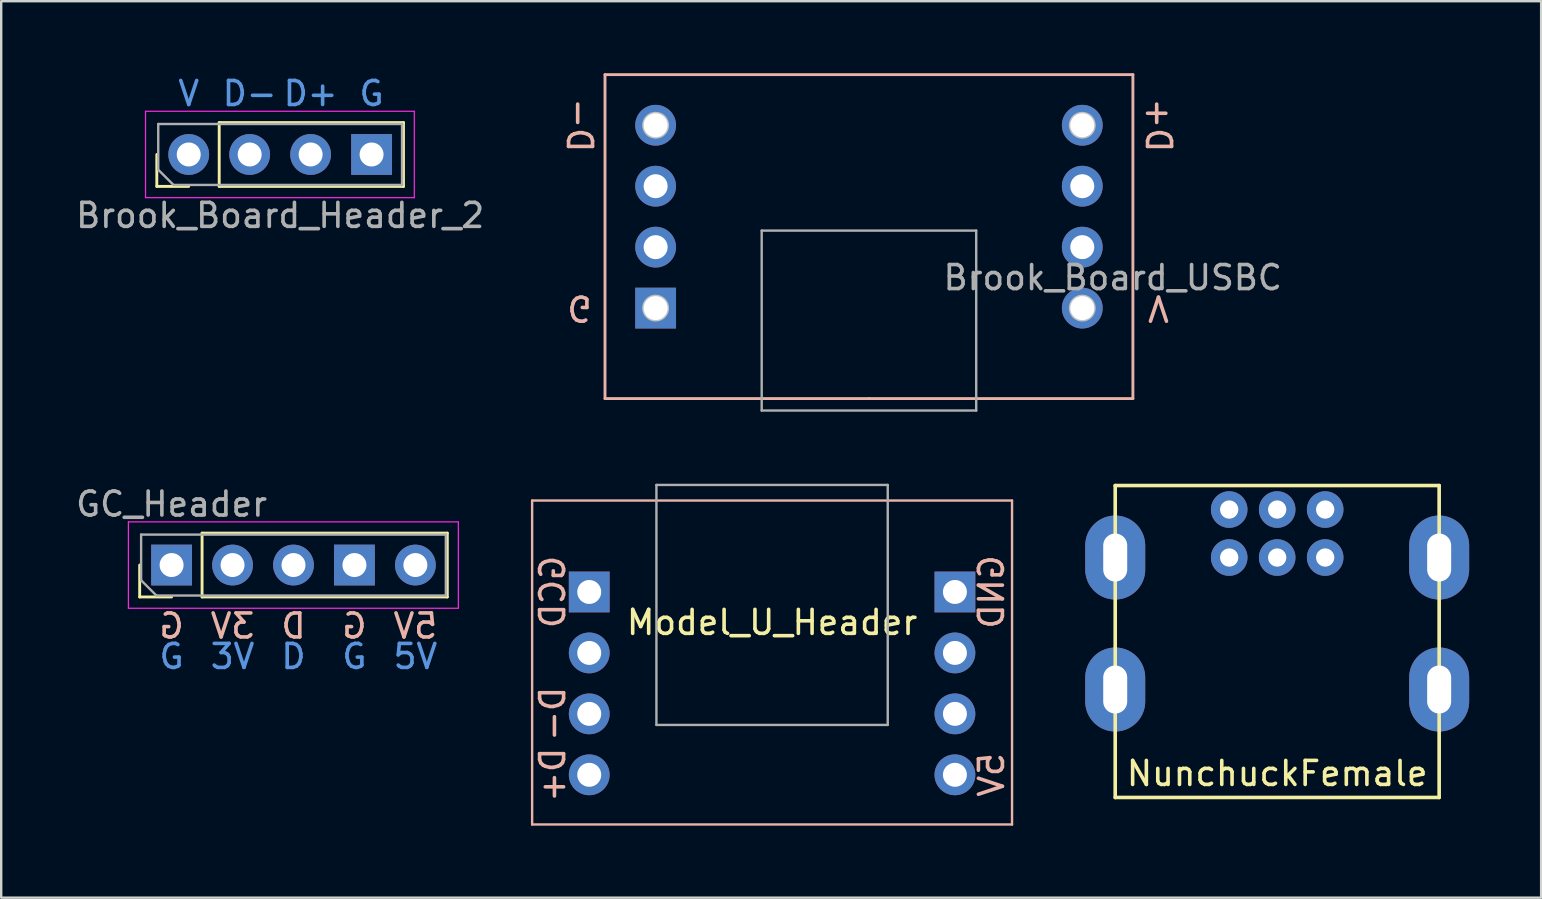
<source format=kicad_pcb>
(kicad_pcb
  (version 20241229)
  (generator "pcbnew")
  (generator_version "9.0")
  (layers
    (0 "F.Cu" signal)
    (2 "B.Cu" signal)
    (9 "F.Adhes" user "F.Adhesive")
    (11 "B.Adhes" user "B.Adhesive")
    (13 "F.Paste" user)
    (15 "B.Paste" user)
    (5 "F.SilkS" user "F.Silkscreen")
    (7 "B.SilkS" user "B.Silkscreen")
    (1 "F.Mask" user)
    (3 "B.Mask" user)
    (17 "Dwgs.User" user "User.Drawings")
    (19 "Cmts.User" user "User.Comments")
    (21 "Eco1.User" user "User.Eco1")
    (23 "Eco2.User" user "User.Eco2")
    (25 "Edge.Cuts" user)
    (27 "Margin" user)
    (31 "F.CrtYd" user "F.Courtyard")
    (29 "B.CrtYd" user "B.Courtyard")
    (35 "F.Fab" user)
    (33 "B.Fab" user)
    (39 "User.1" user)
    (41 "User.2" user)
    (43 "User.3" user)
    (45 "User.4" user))
  (footprint "GC_Header"
    (layer "F.Cu")
    (at 4.101 20.498)
    (property "Reference" "GC_Header" (at 0 -2.54 0) (layer "F.Fab") (effects (font (size 1 1) (thickness 0.15))))
    (attr through_hole)
    (fp_line (start -1.33 1.33) (end -1.33 0) (stroke (width 0.12) (type solid)) (layer "F.SilkS"))
    (fp_line (start 0 1.33) (end -1.33 1.33) (stroke (width 0.12) (type solid)) (layer "F.SilkS"))
    (fp_line (start 1.27 -1.33) (end 11.49 -1.33) (stroke (width 0.12) (type solid)) (layer "F.SilkS"))
    (fp_line (start 1.27 1.33) (end 1.27 -1.33) (stroke (width 0.12) (type solid)) (layer "F.SilkS"))
    (fp_line (start 1.27 1.33) (end 11.49 1.33) (stroke (width 0.12) (type solid)) (layer "F.SilkS"))
    (fp_line (start 11.49 1.33) (end 11.49 -1.33) (stroke (width 0.12) (type solid)) (layer "F.SilkS"))
    (fp_line (start -1.8 -1.8) (end -1.8 1.8) (stroke (width 0.05) (type solid)) (layer "F.CrtYd"))
    (fp_line (start -1.8 1.8) (end 11.95 1.8) (stroke (width 0.05) (type solid)) (layer "F.CrtYd"))
    (fp_line (start 11.95 -1.8) (end -1.8 -1.8) (stroke (width 0.05) (type solid)) (layer "F.CrtYd"))
    (fp_line (start 11.95 1.8) (end 11.95 -1.8) (stroke (width 0.05) (type solid)) (layer "F.CrtYd"))
    (fp_line (start -1.27 -1.27) (end 11.43 -1.27) (stroke (width 0.1) (type solid)) (layer "F.Fab"))
    (fp_line (start -1.27 0.635) (end -1.27 -1.27) (stroke (width 0.1) (type solid)) (layer "F.Fab"))
    (fp_line (start -0.635 1.27) (end -1.27 0.635) (stroke (width 0.1) (type solid)) (layer "F.Fab"))
    (fp_line (start 11.43 -1.27) (end 11.43 1.27) (stroke (width 0.1) (type solid)) (layer "F.Fab"))
    (fp_line (start 11.43 1.27) (end -0.635 1.27) (stroke (width 0.1) (type solid)) (layer "F.Fab"))
    (fp_text user "D" (at 5.08 2.54 0) (layer "B.SilkS") (effects (font (size 1 1) (thickness 0.15)) (justify mirror)))
    (fp_text user "G" (at 7.62 2.54 0) (layer "B.SilkS") (effects (font (size 1 1) (thickness 0.15)) (justify mirror)))
    (fp_text user "5V" (at 10.16 2.54 0) (layer "B.SilkS") (effects (font (size 1 1) (thickness 0.15)) (justify mirror)))
    (fp_text user "3V" (at 2.54 2.54 0) (layer "B.SilkS") (effects (font (size 1 1) (thickness 0.15)) (justify mirror)))
    (fp_text user "G" (at 0 2.54 0) (layer "B.SilkS") (effects (font (size 1 1) (thickness 0.15)) (justify mirror)))
    (fp_text user "G" (at 7.62 3.81 0) (layer "Cmts.User") (effects (font (size 1 1) (thickness 0.15))))
    (fp_text user "3V" (at 2.54 3.81 0) (layer "Cmts.User") (effects (font (size 1 1) (thickness 0.15))))
    (fp_text user "5V" (at 10.16 3.81 0) (layer "Cmts.User") (effects (font (size 1 1) (thickness 0.15))))
    (fp_text user "D" (at 5.08 3.81 0) (layer "Cmts.User") (effects (font (size 1 1) (thickness 0.15))))
    (fp_text user "G" (at 0 3.81 0) (layer "Cmts.User") (effects (font (size 1 1) (thickness 0.15))))
    (pad "1" thru_hole rect (at 0 0 90) (size 1.7 1.7) (drill 1) (layers "*.Cu" "*.Mask"))
    (pad "2" thru_hole oval (at 2.54 0 90) (size 1.7 1.7) (drill 1) (layers "*.Cu" "*.Mask"))
    (pad "3" thru_hole oval (at 5.08 0 90) (size 1.7 1.7) (drill 1) (layers "*.Cu" "*.Mask"))
    (pad "4" thru_hole rect (at 7.62 0 90) (size 1.7 1.7) (drill 1) (layers "*.Cu" "*.Mask"))
    (pad "5" thru_hole oval (at 10.16 0 90) (size 1.7 1.7) (drill 1) (layers "*.Cu" "*.Mask")))
  (footprint "NunchuckFemale"
    (layer "F.Cu")
    (at 50.176 28.185)
    (property "Reference" "NunchuckFemale" (at 0 1 0) (layer "F.SilkS") (effects (font (size 1 1) (thickness 0.15))))
    (attr through_hole)
    (fp_line (start -6.75 -11) (end 6.75 -11) (stroke (width 0.15) (type solid)) (layer "F.SilkS"))
    (fp_line (start -6.75 2) (end -6.75 -11) (stroke (width 0.15) (type solid)) (layer "F.SilkS"))
    (fp_line (start -6.75 2) (end 6.75 2) (stroke (width 0.15) (type solid)) (layer "F.SilkS"))
    (fp_line (start 6.75 -11) (end 6.75 2) (stroke (width 0.15) (type solid)) (layer "F.SilkS"))
    (pad "1" thru_hole circle (at -2 -10) (size 1.524 1.524) (drill 0.762) (layers "*.Cu" "*.Mask"))
    (pad "2" thru_hole circle (at -2 -8) (size 1.524 1.524) (drill 0.762) (layers "*.Cu" "*.Mask"))
    (pad "3" thru_hole circle (at 0 -10) (size 1.524 1.524) (drill 0.762) (layers "*.Cu" "*.Mask"))
    (pad "4" thru_hole circle (at 0 -8) (size 1.524 1.524) (drill 0.762) (layers "*.Cu" "*.Mask"))
    (pad "5" thru_hole circle (at 2 -10) (size 1.524 1.524) (drill 0.762) (layers "*.Cu" "*.Mask"))
    (pad "6" thru_hole circle (at 2 -8) (size 1.524 1.524) (drill 0.762) (layers "*.Cu" "*.Mask"))
    (pad "7" thru_hole oval (at -6.75 -8) (size 2.5 3.5) (drill oval 1 2) (layers "*.Cu" "*.Mask"))
    (pad "8" thru_hole oval (at 6.75 -8) (size 2.5 3.5) (drill oval 1 2) (layers "*.Cu" "*.Mask"))
    (pad "9" thru_hole oval (at -6.75 -2.5) (size 2.5 3.5) (drill oval 1 2) (layers "*.Cu" "*.Mask"))
    (pad "10" thru_hole oval (at 6.75 -2.5) (size 2.5 3.5) (drill oval 1 2) (layers "*.Cu" "*.Mask")))
  (footprint "Model_U_Header"
    (layer "F.Cu")
    (at 21.506 21.62)
    (property "Reference" "Model_U_Header" (at 7.62 1.27 0) (unlocked yes) (layer "F.SilkS") (effects (font (size 1 1) (thickness 0.15))))
    (attr through_hole)
    (fp_line (start -2.38 -3.81) (end -2.38 9.69) (stroke (width 0.1) (type solid)) (layer "B.SilkS"))
    (fp_line (start -2.38 -3.81) (end 17.62 -3.81) (stroke (width 0.1) (type solid)) (layer "B.SilkS"))
    (fp_line (start -2.38 9.69) (end 17.62 9.69) (stroke (width 0.1) (type solid)) (layer "B.SilkS"))
    (fp_line (start 17.62 -3.81) (end 17.62 9.69) (stroke (width 0.1) (type solid)) (layer "B.SilkS"))
    (fp_line (start 2.8 -4.46) (end 2.8 5.54) (stroke (width 0.1) (type solid)) (layer "F.Fab"))
    (fp_line (start 2.8 -4.46) (end 12.44 -4.46) (stroke (width 0.1) (type solid)) (layer "F.Fab"))
    (fp_line (start 2.8 5.54) (end 12.44 5.54) (stroke (width 0.1) (type solid)) (layer "F.Fab"))
    (fp_line (start 12.44 -4.46) (end 12.44 5.54) (stroke (width 0.1) (type solid)) (layer "F.Fab"))
    (fp_text user "GND" (at 16.764 0 90) (unlocked yes) (layer "B.SilkS") (effects (font (size 1 1) (thickness 0.15)) (justify mirror)))
    (fp_text user "D-" (at -1.524 5.08 90) (unlocked yes) (layer "B.SilkS") (effects (font (size 1 1) (thickness 0.15)) (justify mirror)))
    (fp_text user "D+" (at -1.524 7.62 90) (unlocked yes) (layer "B.SilkS") (effects (font (size 1 1) (thickness 0.15)) (justify mirror)))
    (fp_text user "5V" (at 16.764 7.62 90) (unlocked yes) (layer "B.SilkS") (effects (font (size 1 1) (thickness 0.15)) (justify mirror)))
    (fp_text user "GCD" (at -1.524 0 90) (unlocked yes) (layer "B.SilkS") (effects (font (size 1 1) (thickness 0.15)) (justify mirror)))
    (pad "" thru_hole circle (at 0 2.54) (size 1.7 1.7) (drill 1) (layers "*.Cu" "*.Mask"))
    (pad "" thru_hole circle (at 15.24 2.54) (size 1.7 1.7) (drill 1) (layers "*.Cu" "*.Mask"))
    (pad "" thru_hole circle (at 15.24 5.08) (size 1.7 1.7) (drill 1) (layers "*.Cu" "*.Mask"))
    (pad "1" thru_hole rect (at 0 0) (size 1.7 1.7) (drill 1) (layers "*.Cu" "*.Mask"))
    (pad "2" thru_hole circle (at 0 5.08) (size 1.7 1.7) (drill 1) (layers "*.Cu" "*.Mask"))
    (pad "3" thru_hole circle (at 0 7.62) (size 1.7 1.7) (drill 1) (layers "*.Cu" "*.Mask"))
    (pad "4" thru_hole rect (at 15.24 0) (size 1.7 1.7) (drill 1) (layers "*.Cu" "*.Mask"))
    (pad "5" thru_hole circle (at 15.24 7.62) (size 1.7 1.7) (drill 1) (layers "*.Cu" "*.Mask")))
  (footprint "Brook_Board_USBC"
    (layer "F.Cu")
    (at 33.163 11.06)
    (property "Reference" "Brook_Board_USBC" (at 10.16 -2.54 0) (layer "F.Fab") (effects (font (size 1 1) (thickness 0.15))))
    (attr through_hole)
    (fp_line (start -11 2.5) (end -11 -11) (stroke (width 0.12) (type solid)) (layer "B.SilkS"))
    (fp_line (start 0 2.5) (end -11 2.5) (stroke (width 0.12) (type solid)) (layer "B.SilkS"))
    (fp_line (start 0 2.5) (end 11 2.5) (stroke (width 0.12) (type solid)) (layer "B.SilkS"))
    (fp_line (start 11 -11) (end -11 -11) (stroke (width 0.12) (type solid)) (layer "B.SilkS"))
    (fp_line (start 11 2.5) (end 11 -11) (stroke (width 0.12) (type solid)) (layer "B.SilkS"))
    (fp_circle (center -8.89 -8.89) (end -8.39 -8.89) (stroke (width 0.12) (type solid)) (fill no) (layer "Dwgs.User"))
    (fp_circle (center -8.89 -1.27) (end -8.39 -1.27) (stroke (width 0.12) (type solid)) (fill no) (layer "Dwgs.User"))
    (fp_circle (center 8.89 -8.89) (end 9.39 -8.89) (stroke (width 0.12) (type solid)) (fill no) (layer "Dwgs.User"))
    (fp_circle (center 8.89 -1.27) (end 9.39 -1.27) (stroke (width 0.12) (type solid)) (fill no) (layer "Dwgs.User"))
    (fp_line (start -4.47 -4.5) (end -4.47 3) (stroke (width 0.1) (type solid)) (layer "F.Fab"))
    (fp_line (start -4.47 3) (end 4.47 3) (stroke (width 0.1) (type solid)) (layer "F.Fab"))
    (fp_line (start 4.47 -4.5) (end -4.47 -4.5) (stroke (width 0.1) (type solid)) (layer "F.Fab"))
    (fp_line (start 4.47 3) (end 4.47 -4.5) (stroke (width 0.1) (type solid)) (layer "F.Fab"))
    (fp_text user "D+" (at 12.065 -8.89 270) (unlocked yes) (layer "B.SilkS") (effects (font (size 1 1) (thickness 0.15)) (justify mirror)))
    (fp_text user "V" (at 12.065 -1.27 180) (unlocked yes) (layer "B.SilkS") (effects (font (size 1 1) (thickness 0.15)) (justify mirror)))
    (fp_text user "D-" (at -12.065 -8.89 270) (unlocked yes) (layer "B.SilkS") (effects (font (size 1 1) (thickness 0.15)) (justify mirror)))
    (fp_text user "G" (at -12.065 -1.27 180) (unlocked yes) (layer "B.SilkS") (effects (font (size 1 1) (thickness 0.15)) (justify mirror)))
    (pad "" thru_hole circle (at -8.89 -6.35) (size 1.7 1.7) (drill 1) (layers "*.Cu" "*.Mask"))
    (pad "" thru_hole circle (at -8.89 -3.81) (size 1.7 1.7) (drill 1) (layers "*.Cu" "*.Mask"))
    (pad "" thru_hole circle (at 8.89 -6.35) (size 1.7 1.7) (drill 1) (layers "*.Cu" "*.Mask"))
    (pad "" thru_hole circle (at 8.89 -3.81) (size 1.7 1.7) (drill 1) (layers "*.Cu" "*.Mask"))
    (pad "1" thru_hole circle (at 8.89 -1.27) (size 1.7 1.7) (drill 1) (layers "*.Cu" "*.Mask"))
    (pad "2" thru_hole circle (at -8.89 -8.89) (size 1.7 1.7) (drill 1) (layers "*.Cu" "*.Mask"))
    (pad "3" thru_hole circle (at 8.89 -8.89) (size 1.7 1.7) (drill 1) (layers "*.Cu" "*.Mask"))
    (pad "4" thru_hole rect (at -8.89 -1.27) (size 1.7 1.7) (drill 1) (layers "*.Cu" "*.Mask")))
  (footprint "Brook_Board_Header_2"
    (layer "F.Cu")
    (at 4.815 3.388)
    (property "Reference" "Brook_Board_Header_2" (at 3.81 2.54 0) (layer "F.Fab") (effects (font (size 1 1) (thickness 0.15))))
    (attr through_hole)
    (fp_line (start -1.33 1.33) (end -1.33 0) (stroke (width 0.12) (type solid)) (layer "F.SilkS"))
    (fp_line (start 0 1.33) (end -1.33 1.33) (stroke (width 0.12) (type solid)) (layer "F.SilkS"))
    (fp_line (start 1.27 -1.33) (end 8.95 -1.33) (stroke (width 0.12) (type solid)) (layer "F.SilkS"))
    (fp_line (start 1.27 1.33) (end 1.27 -1.33) (stroke (width 0.12) (type solid)) (layer "F.SilkS"))
    (fp_line (start 1.27 1.33) (end 8.95 1.33) (stroke (width 0.12) (type solid)) (layer "F.SilkS"))
    (fp_line (start 8.95 1.33) (end 8.95 -1.33) (stroke (width 0.12) (type solid)) (layer "F.SilkS"))
    (fp_line (start -1.8 -1.8) (end -1.8 1.8) (stroke (width 0.05) (type solid)) (layer "F.CrtYd"))
    (fp_line (start -1.8 1.8) (end 9.4 1.8) (stroke (width 0.05) (type solid)) (layer "F.CrtYd"))
    (fp_line (start 9.4 -1.8) (end -1.8 -1.8) (stroke (width 0.05) (type solid)) (layer "F.CrtYd"))
    (fp_line (start 9.4 1.8) (end 9.4 -1.8) (stroke (width 0.05) (type solid)) (layer "F.CrtYd"))
    (fp_line (start -1.27 -1.27) (end 8.89 -1.27) (stroke (width 0.1) (type solid)) (layer "F.Fab"))
    (fp_line (start -1.27 0.635) (end -1.27 -1.27) (stroke (width 0.1) (type solid)) (layer "F.Fab"))
    (fp_line (start -0.635 1.27) (end -1.27 0.635) (stroke (width 0.1) (type solid)) (layer "F.Fab"))
    (fp_line (start 8.89 -1.27) (end 8.89 1.27) (stroke (width 0.1) (type solid)) (layer "F.Fab"))
    (fp_line (start 8.89 1.27) (end -0.635 1.27) (stroke (width 0.1) (type solid)) (layer "F.Fab"))
    (fp_text user "G" (at 7.62 -2.54 0) (layer "Cmts.User") (effects (font (size 1 1) (thickness 0.15))))
    (fp_text user "D-" (at 2.54 -2.54 0) (layer "Cmts.User") (effects (font (size 1 1) (thickness 0.15))))
    (fp_text user "D+" (at 5.08 -2.54 0) (layer "Cmts.User") (effects (font (size 1 1) (thickness 0.15))))
    (fp_text user "V" (at 0 -2.54 0) (layer "Cmts.User") (effects (font (size 1 1) (thickness 0.15))))
    (pad "1" thru_hole circle (at 0 0 90) (size 1.7 1.7) (drill 1) (layers "*.Cu" "*.Mask"))
    (pad "2" thru_hole oval (at 2.54 0 90) (size 1.7 1.7) (drill 1) (layers "*.Cu" "*.Mask"))
    (pad "3" thru_hole oval (at 5.08 0 90) (size 1.7 1.7) (drill 1) (layers "*.Cu" "*.Mask"))
    (pad "4" thru_hole rect (at 7.62 0 90) (size 1.7 1.7) (drill 1) (layers "*.Cu" "*.Mask")))
  (gr_rect
    (start -3 -3)
    (end 61.176 34.36)
    (stroke (width 0.1) (type default))
    (fill no)
    (layer "Edge.Cuts")))
</source>
